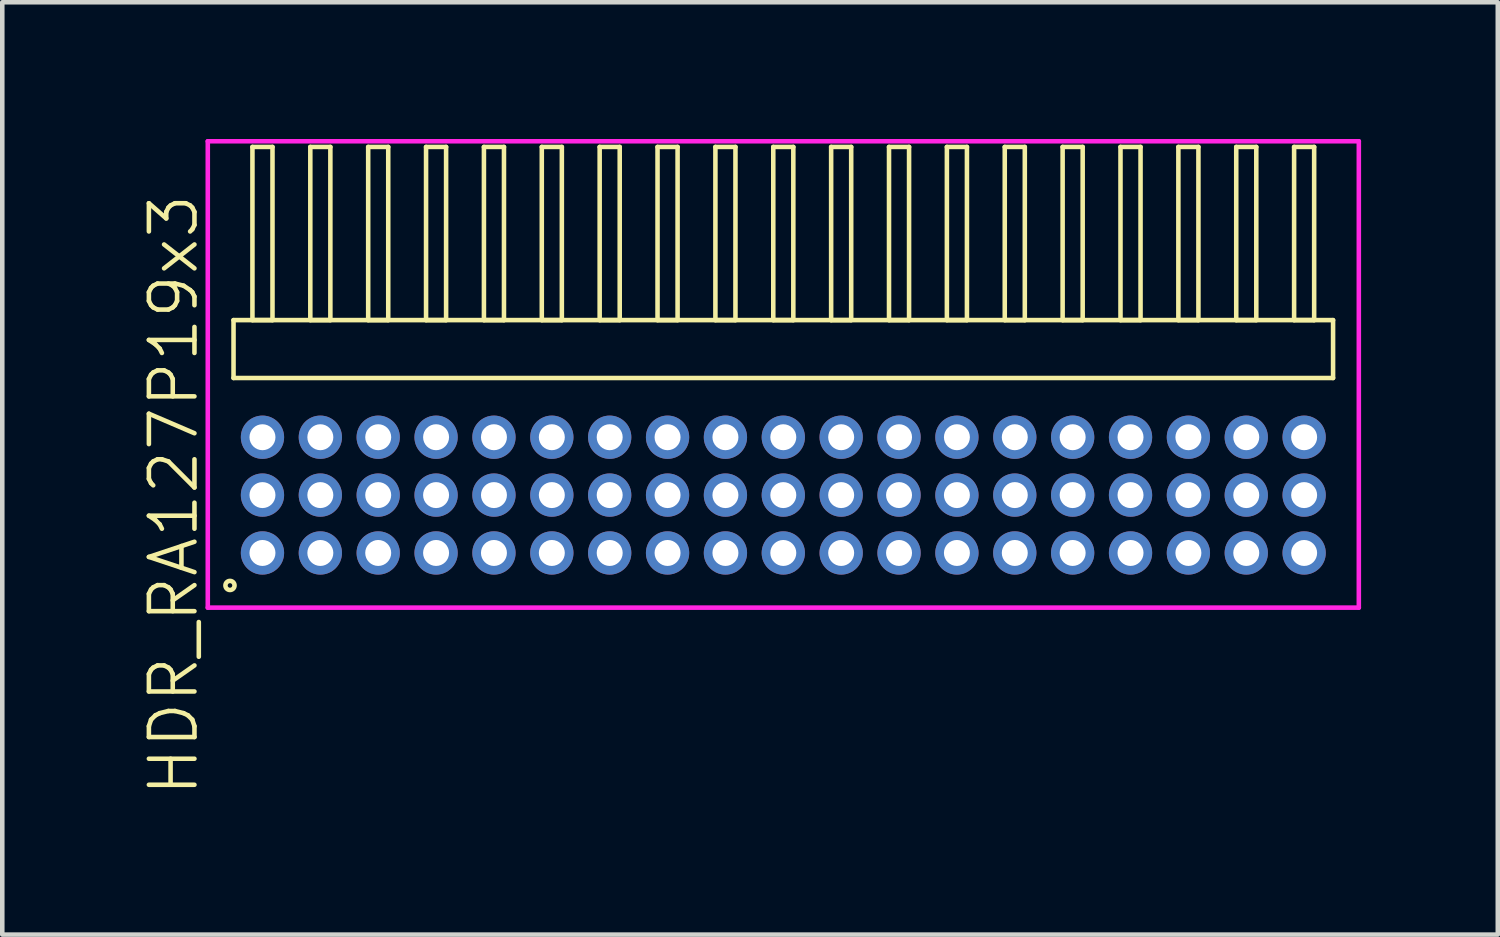
<source format=kicad_pcb>
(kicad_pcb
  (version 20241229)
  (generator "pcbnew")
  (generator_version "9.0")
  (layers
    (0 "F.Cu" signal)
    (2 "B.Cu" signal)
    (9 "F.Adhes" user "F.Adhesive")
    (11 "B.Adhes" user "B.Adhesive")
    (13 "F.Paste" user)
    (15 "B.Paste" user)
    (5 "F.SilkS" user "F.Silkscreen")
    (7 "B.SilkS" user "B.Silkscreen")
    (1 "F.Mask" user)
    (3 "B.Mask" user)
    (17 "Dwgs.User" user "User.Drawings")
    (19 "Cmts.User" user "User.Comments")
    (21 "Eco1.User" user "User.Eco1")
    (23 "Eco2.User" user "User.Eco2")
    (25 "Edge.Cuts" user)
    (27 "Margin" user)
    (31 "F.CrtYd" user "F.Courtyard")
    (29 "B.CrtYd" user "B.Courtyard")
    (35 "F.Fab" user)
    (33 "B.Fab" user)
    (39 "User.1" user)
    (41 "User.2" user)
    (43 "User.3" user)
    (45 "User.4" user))
  (footprint "HDR_RA127P19x3"
    (layer "F.Cu")
    (at 14.14 7.815)
    (property "Reference" "HDR_RA127P19x3" (at -13.38 0 90) (layer "F.SilkS") (effects (font (size 1 1) (thickness 0.1))))
    (attr through_hole)
    (fp_line (start -12.065 -3.84) (end -12.065 -2.57) (stroke (width 0.1) (type solid)) (layer "F.SilkS"))
    (fp_line (start -12.065 -2.57) (end 12.065 -2.57) (stroke (width 0.1) (type solid)) (layer "F.SilkS"))
    (fp_line (start -11.65 -7.64) (end -11.65 -3.84) (stroke (width 0.1) (type solid)) (layer "F.SilkS"))
    (fp_line (start -11.65 -3.84) (end -11.21 -3.84) (stroke (width 0.1) (type solid)) (layer "F.SilkS"))
    (fp_line (start -11.21 -7.64) (end -11.65 -7.64) (stroke (width 0.1) (type solid)) (layer "F.SilkS"))
    (fp_line (start -11.21 -3.84) (end -11.21 -7.64) (stroke (width 0.1) (type solid)) (layer "F.SilkS"))
    (fp_line (start -10.38 -7.64) (end -10.38 -3.84) (stroke (width 0.1) (type solid)) (layer "F.SilkS"))
    (fp_line (start -10.38 -3.84) (end -9.94 -3.84) (stroke (width 0.1) (type solid)) (layer "F.SilkS"))
    (fp_line (start -9.94 -7.64) (end -10.38 -7.64) (stroke (width 0.1) (type solid)) (layer "F.SilkS"))
    (fp_line (start -9.94 -3.84) (end -9.94 -7.64) (stroke (width 0.1) (type solid)) (layer "F.SilkS"))
    (fp_line (start -9.11 -7.64) (end -9.11 -3.84) (stroke (width 0.1) (type solid)) (layer "F.SilkS"))
    (fp_line (start -9.11 -3.84) (end -8.67 -3.84) (stroke (width 0.1) (type solid)) (layer "F.SilkS"))
    (fp_line (start -8.67 -7.64) (end -9.11 -7.64) (stroke (width 0.1) (type solid)) (layer "F.SilkS"))
    (fp_line (start -8.67 -3.84) (end -8.67 -7.64) (stroke (width 0.1) (type solid)) (layer "F.SilkS"))
    (fp_line (start -7.84 -7.64) (end -7.84 -3.84) (stroke (width 0.1) (type solid)) (layer "F.SilkS"))
    (fp_line (start -7.84 -3.84) (end -7.4 -3.84) (stroke (width 0.1) (type solid)) (layer "F.SilkS"))
    (fp_line (start -7.4 -7.64) (end -7.84 -7.64) (stroke (width 0.1) (type solid)) (layer "F.SilkS"))
    (fp_line (start -7.4 -3.84) (end -7.4 -7.64) (stroke (width 0.1) (type solid)) (layer "F.SilkS"))
    (fp_line (start -6.57 -7.64) (end -6.57 -3.84) (stroke (width 0.1) (type solid)) (layer "F.SilkS"))
    (fp_line (start -6.57 -3.84) (end -6.13 -3.84) (stroke (width 0.1) (type solid)) (layer "F.SilkS"))
    (fp_line (start -6.13 -7.64) (end -6.57 -7.64) (stroke (width 0.1) (type solid)) (layer "F.SilkS"))
    (fp_line (start -6.13 -3.84) (end -6.13 -7.64) (stroke (width 0.1) (type solid)) (layer "F.SilkS"))
    (fp_line (start -5.3 -7.64) (end -5.3 -3.84) (stroke (width 0.1) (type solid)) (layer "F.SilkS"))
    (fp_line (start -5.3 -3.84) (end -4.86 -3.84) (stroke (width 0.1) (type solid)) (layer "F.SilkS"))
    (fp_line (start -4.86 -7.64) (end -5.3 -7.64) (stroke (width 0.1) (type solid)) (layer "F.SilkS"))
    (fp_line (start -4.86 -3.84) (end -4.86 -7.64) (stroke (width 0.1) (type solid)) (layer "F.SilkS"))
    (fp_line (start -4.03 -7.64) (end -4.03 -3.84) (stroke (width 0.1) (type solid)) (layer "F.SilkS"))
    (fp_line (start -4.03 -3.84) (end -3.59 -3.84) (stroke (width 0.1) (type solid)) (layer "F.SilkS"))
    (fp_line (start -3.59 -7.64) (end -4.03 -7.64) (stroke (width 0.1) (type solid)) (layer "F.SilkS"))
    (fp_line (start -3.59 -3.84) (end -3.59 -7.64) (stroke (width 0.1) (type solid)) (layer "F.SilkS"))
    (fp_line (start -2.76 -7.64) (end -2.76 -3.84) (stroke (width 0.1) (type solid)) (layer "F.SilkS"))
    (fp_line (start -2.76 -3.84) (end -2.32 -3.84) (stroke (width 0.1) (type solid)) (layer "F.SilkS"))
    (fp_line (start -2.32 -7.64) (end -2.76 -7.64) (stroke (width 0.1) (type solid)) (layer "F.SilkS"))
    (fp_line (start -2.32 -3.84) (end -2.32 -7.64) (stroke (width 0.1) (type solid)) (layer "F.SilkS"))
    (fp_line (start -1.49 -7.64) (end -1.49 -3.84) (stroke (width 0.1) (type solid)) (layer "F.SilkS"))
    (fp_line (start -1.49 -3.84) (end -1.05 -3.84) (stroke (width 0.1) (type solid)) (layer "F.SilkS"))
    (fp_line (start -1.05 -7.64) (end -1.49 -7.64) (stroke (width 0.1) (type solid)) (layer "F.SilkS"))
    (fp_line (start -1.05 -3.84) (end -1.05 -7.64) (stroke (width 0.1) (type solid)) (layer "F.SilkS"))
    (fp_line (start -0.22 -7.64) (end -0.22 -3.84) (stroke (width 0.1) (type solid)) (layer "F.SilkS"))
    (fp_line (start -0.22 -3.84) (end 0.22 -3.84) (stroke (width 0.1) (type solid)) (layer "F.SilkS"))
    (fp_line (start 0.22 -7.64) (end -0.22 -7.64) (stroke (width 0.1) (type solid)) (layer "F.SilkS"))
    (fp_line (start 0.22 -3.84) (end 0.22 -7.64) (stroke (width 0.1) (type solid)) (layer "F.SilkS"))
    (fp_line (start 1.05 -7.64) (end 1.05 -3.84) (stroke (width 0.1) (type solid)) (layer "F.SilkS"))
    (fp_line (start 1.05 -3.84) (end 1.49 -3.84) (stroke (width 0.1) (type solid)) (layer "F.SilkS"))
    (fp_line (start 1.49 -7.64) (end 1.05 -7.64) (stroke (width 0.1) (type solid)) (layer "F.SilkS"))
    (fp_line (start 1.49 -3.84) (end 1.49 -7.64) (stroke (width 0.1) (type solid)) (layer "F.SilkS"))
    (fp_line (start 2.32 -7.64) (end 2.32 -3.84) (stroke (width 0.1) (type solid)) (layer "F.SilkS"))
    (fp_line (start 2.32 -3.84) (end 2.76 -3.84) (stroke (width 0.1) (type solid)) (layer "F.SilkS"))
    (fp_line (start 2.76 -7.64) (end 2.32 -7.64) (stroke (width 0.1) (type solid)) (layer "F.SilkS"))
    (fp_line (start 2.76 -3.84) (end 2.76 -7.64) (stroke (width 0.1) (type solid)) (layer "F.SilkS"))
    (fp_line (start 3.59 -7.64) (end 3.59 -3.84) (stroke (width 0.1) (type solid)) (layer "F.SilkS"))
    (fp_line (start 3.59 -3.84) (end 4.03 -3.84) (stroke (width 0.1) (type solid)) (layer "F.SilkS"))
    (fp_line (start 4.03 -7.64) (end 3.59 -7.64) (stroke (width 0.1) (type solid)) (layer "F.SilkS"))
    (fp_line (start 4.03 -3.84) (end 4.03 -7.64) (stroke (width 0.1) (type solid)) (layer "F.SilkS"))
    (fp_line (start 4.86 -7.64) (end 4.86 -3.84) (stroke (width 0.1) (type solid)) (layer "F.SilkS"))
    (fp_line (start 4.86 -3.84) (end 5.3 -3.84) (stroke (width 0.1) (type solid)) (layer "F.SilkS"))
    (fp_line (start 5.3 -7.64) (end 4.86 -7.64) (stroke (width 0.1) (type solid)) (layer "F.SilkS"))
    (fp_line (start 5.3 -3.84) (end 5.3 -7.64) (stroke (width 0.1) (type solid)) (layer "F.SilkS"))
    (fp_line (start 6.13 -7.64) (end 6.13 -3.84) (stroke (width 0.1) (type solid)) (layer "F.SilkS"))
    (fp_line (start 6.13 -3.84) (end 6.57 -3.84) (stroke (width 0.1) (type solid)) (layer "F.SilkS"))
    (fp_line (start 6.57 -7.64) (end 6.13 -7.64) (stroke (width 0.1) (type solid)) (layer "F.SilkS"))
    (fp_line (start 6.57 -3.84) (end 6.57 -7.64) (stroke (width 0.1) (type solid)) (layer "F.SilkS"))
    (fp_line (start 7.4 -7.64) (end 7.4 -3.84) (stroke (width 0.1) (type solid)) (layer "F.SilkS"))
    (fp_line (start 7.4 -3.84) (end 7.84 -3.84) (stroke (width 0.1) (type solid)) (layer "F.SilkS"))
    (fp_line (start 7.84 -7.64) (end 7.4 -7.64) (stroke (width 0.1) (type solid)) (layer "F.SilkS"))
    (fp_line (start 7.84 -3.84) (end 7.84 -7.64) (stroke (width 0.1) (type solid)) (layer "F.SilkS"))
    (fp_line (start 8.67 -7.64) (end 8.67 -3.84) (stroke (width 0.1) (type solid)) (layer "F.SilkS"))
    (fp_line (start 8.67 -3.84) (end 9.11 -3.84) (stroke (width 0.1) (type solid)) (layer "F.SilkS"))
    (fp_line (start 9.11 -7.64) (end 8.67 -7.64) (stroke (width 0.1) (type solid)) (layer "F.SilkS"))
    (fp_line (start 9.11 -3.84) (end 9.11 -7.64) (stroke (width 0.1) (type solid)) (layer "F.SilkS"))
    (fp_line (start 9.94 -7.64) (end 9.94 -3.84) (stroke (width 0.1) (type solid)) (layer "F.SilkS"))
    (fp_line (start 9.94 -3.84) (end 10.38 -3.84) (stroke (width 0.1) (type solid)) (layer "F.SilkS"))
    (fp_line (start 10.38 -7.64) (end 9.94 -7.64) (stroke (width 0.1) (type solid)) (layer "F.SilkS"))
    (fp_line (start 10.38 -3.84) (end 10.38 -7.64) (stroke (width 0.1) (type solid)) (layer "F.SilkS"))
    (fp_line (start 11.21 -7.64) (end 11.21 -3.84) (stroke (width 0.1) (type solid)) (layer "F.SilkS"))
    (fp_line (start 11.21 -3.84) (end 11.65 -3.84) (stroke (width 0.1) (type solid)) (layer "F.SilkS"))
    (fp_line (start 11.65 -7.64) (end 11.21 -7.64) (stroke (width 0.1) (type solid)) (layer "F.SilkS"))
    (fp_line (start 11.65 -3.84) (end 11.65 -7.64) (stroke (width 0.1) (type solid)) (layer "F.SilkS"))
    (fp_line (start 12.065 -3.84) (end -12.065 -3.84) (stroke (width 0.1) (type solid)) (layer "F.SilkS"))
    (fp_line (start 12.065 -2.57) (end 12.065 -3.84) (stroke (width 0.1) (type solid)) (layer "F.SilkS"))
    (fp_circle (center -12.143 1.983) (end -12.043 1.983) (stroke (width 0.1) (type solid)) (fill no) (layer "F.SilkS"))
    (fp_line (start -12.63 -7.765) (end -12.63 2.47) (stroke (width 0.1) (type solid)) (layer "F.CrtYd"))
    (fp_line (start -12.63 2.47) (end 12.63 2.47) (stroke (width 0.1) (type solid)) (layer "F.CrtYd"))
    (fp_line (start 12.63 -7.765) (end -12.63 -7.765) (stroke (width 0.1) (type solid)) (layer "F.CrtYd"))
    (fp_line (start 12.63 2.47) (end 12.63 -7.765) (stroke (width 0.1) (type solid)) (layer "F.CrtYd"))
    (pad "1" thru_hole oval (at -11.43 1.27) (size 0.95 0.95) (drill 0.57) (layers "*.Cu" "*.Mask"))
    (pad "2" thru_hole oval (at -11.43 0) (size 0.95 0.95) (drill 0.57) (layers "*.Cu" "*.Mask"))
    (pad "3" thru_hole oval (at -11.43 -1.27) (size 0.95 0.95) (drill 0.57) (layers "*.Cu" "*.Mask"))
    (pad "4" thru_hole oval (at -10.16 1.27) (size 0.95 0.95) (drill 0.57) (layers "*.Cu" "*.Mask"))
    (pad "5" thru_hole oval (at -10.16 0) (size 0.95 0.95) (drill 0.57) (layers "*.Cu" "*.Mask"))
    (pad "6" thru_hole oval (at -10.16 -1.27) (size 0.95 0.95) (drill 0.57) (layers "*.Cu" "*.Mask"))
    (pad "7" thru_hole oval (at -8.89 1.27) (size 0.95 0.95) (drill 0.57) (layers "*.Cu" "*.Mask"))
    (pad "8" thru_hole oval (at -8.89 0) (size 0.95 0.95) (drill 0.57) (layers "*.Cu" "*.Mask"))
    (pad "9" thru_hole oval (at -8.89 -1.27) (size 0.95 0.95) (drill 0.57) (layers "*.Cu" "*.Mask"))
    (pad "10" thru_hole oval (at -7.62 1.27) (size 0.95 0.95) (drill 0.57) (layers "*.Cu" "*.Mask"))
    (pad "11" thru_hole oval (at -7.62 0) (size 0.95 0.95) (drill 0.57) (layers "*.Cu" "*.Mask"))
    (pad "12" thru_hole oval (at -7.62 -1.27) (size 0.95 0.95) (drill 0.57) (layers "*.Cu" "*.Mask"))
    (pad "13" thru_hole oval (at -6.35 1.27) (size 0.95 0.95) (drill 0.57) (layers "*.Cu" "*.Mask"))
    (pad "14" thru_hole oval (at -6.35 0) (size 0.95 0.95) (drill 0.57) (layers "*.Cu" "*.Mask"))
    (pad "15" thru_hole oval (at -6.35 -1.27) (size 0.95 0.95) (drill 0.57) (layers "*.Cu" "*.Mask"))
    (pad "16" thru_hole oval (at -5.08 1.27) (size 0.95 0.95) (drill 0.57) (layers "*.Cu" "*.Mask"))
    (pad "17" thru_hole oval (at -5.08 0) (size 0.95 0.95) (drill 0.57) (layers "*.Cu" "*.Mask"))
    (pad "18" thru_hole oval (at -5.08 -1.27) (size 0.95 0.95) (drill 0.57) (layers "*.Cu" "*.Mask"))
    (pad "19" thru_hole oval (at -3.81 1.27) (size 0.95 0.95) (drill 0.57) (layers "*.Cu" "*.Mask"))
    (pad "20" thru_hole oval (at -3.81 0) (size 0.95 0.95) (drill 0.57) (layers "*.Cu" "*.Mask"))
    (pad "21" thru_hole oval (at -3.81 -1.27) (size 0.95 0.95) (drill 0.57) (layers "*.Cu" "*.Mask"))
    (pad "22" thru_hole oval (at -2.54 1.27) (size 0.95 0.95) (drill 0.57) (layers "*.Cu" "*.Mask"))
    (pad "23" thru_hole oval (at -2.54 0) (size 0.95 0.95) (drill 0.57) (layers "*.Cu" "*.Mask"))
    (pad "24" thru_hole oval (at -2.54 -1.27) (size 0.95 0.95) (drill 0.57) (layers "*.Cu" "*.Mask"))
    (pad "25" thru_hole oval (at -1.27 1.27) (size 0.95 0.95) (drill 0.57) (layers "*.Cu" "*.Mask"))
    (pad "26" thru_hole oval (at -1.27 0) (size 0.95 0.95) (drill 0.57) (layers "*.Cu" "*.Mask"))
    (pad "27" thru_hole oval (at -1.27 -1.27) (size 0.95 0.95) (drill 0.57) (layers "*.Cu" "*.Mask"))
    (pad "28" thru_hole oval (at 0 1.27) (size 0.95 0.95) (drill 0.57) (layers "*.Cu" "*.Mask"))
    (pad "29" thru_hole oval (at 0 0) (size 0.95 0.95) (drill 0.57) (layers "*.Cu" "*.Mask"))
    (pad "30" thru_hole oval (at 0 -1.27) (size 0.95 0.95) (drill 0.57) (layers "*.Cu" "*.Mask"))
    (pad "31" thru_hole oval (at 1.27 1.27) (size 0.95 0.95) (drill 0.57) (layers "*.Cu" "*.Mask"))
    (pad "32" thru_hole oval (at 1.27 0) (size 0.95 0.95) (drill 0.57) (layers "*.Cu" "*.Mask"))
    (pad "33" thru_hole oval (at 1.27 -1.27) (size 0.95 0.95) (drill 0.57) (layers "*.Cu" "*.Mask"))
    (pad "34" thru_hole oval (at 2.54 1.27) (size 0.95 0.95) (drill 0.57) (layers "*.Cu" "*.Mask"))
    (pad "35" thru_hole oval (at 2.54 0) (size 0.95 0.95) (drill 0.57) (layers "*.Cu" "*.Mask"))
    (pad "36" thru_hole oval (at 2.54 -1.27) (size 0.95 0.95) (drill 0.57) (layers "*.Cu" "*.Mask"))
    (pad "37" thru_hole oval (at 3.81 1.27) (size 0.95 0.95) (drill 0.57) (layers "*.Cu" "*.Mask"))
    (pad "38" thru_hole oval (at 3.81 0) (size 0.95 0.95) (drill 0.57) (layers "*.Cu" "*.Mask"))
    (pad "39" thru_hole oval (at 3.81 -1.27) (size 0.95 0.95) (drill 0.57) (layers "*.Cu" "*.Mask"))
    (pad "40" thru_hole oval (at 5.08 1.27) (size 0.95 0.95) (drill 0.57) (layers "*.Cu" "*.Mask"))
    (pad "41" thru_hole oval (at 5.08 0) (size 0.95 0.95) (drill 0.57) (layers "*.Cu" "*.Mask"))
    (pad "42" thru_hole oval (at 5.08 -1.27) (size 0.95 0.95) (drill 0.57) (layers "*.Cu" "*.Mask"))
    (pad "43" thru_hole oval (at 6.35 1.27) (size 0.95 0.95) (drill 0.57) (layers "*.Cu" "*.Mask"))
    (pad "44" thru_hole oval (at 6.35 0) (size 0.95 0.95) (drill 0.57) (layers "*.Cu" "*.Mask"))
    (pad "45" thru_hole oval (at 6.35 -1.27) (size 0.95 0.95) (drill 0.57) (layers "*.Cu" "*.Mask"))
    (pad "46" thru_hole oval (at 7.62 1.27) (size 0.95 0.95) (drill 0.57) (layers "*.Cu" "*.Mask"))
    (pad "47" thru_hole oval (at 7.62 0) (size 0.95 0.95) (drill 0.57) (layers "*.Cu" "*.Mask"))
    (pad "48" thru_hole oval (at 7.62 -1.27) (size 0.95 0.95) (drill 0.57) (layers "*.Cu" "*.Mask"))
    (pad "49" thru_hole oval (at 8.89 1.27) (size 0.95 0.95) (drill 0.57) (layers "*.Cu" "*.Mask"))
    (pad "50" thru_hole oval (at 8.89 0) (size 0.95 0.95) (drill 0.57) (layers "*.Cu" "*.Mask"))
    (pad "51" thru_hole oval (at 8.89 -1.27) (size 0.95 0.95) (drill 0.57) (layers "*.Cu" "*.Mask"))
    (pad "52" thru_hole oval (at 10.16 1.27) (size 0.95 0.95) (drill 0.57) (layers "*.Cu" "*.Mask"))
    (pad "53" thru_hole oval (at 10.16 0) (size 0.95 0.95) (drill 0.57) (layers "*.Cu" "*.Mask"))
    (pad "54" thru_hole oval (at 10.16 -1.27) (size 0.95 0.95) (drill 0.57) (layers "*.Cu" "*.Mask"))
    (pad "55" thru_hole oval (at 11.43 1.27) (size 0.95 0.95) (drill 0.57) (layers "*.Cu" "*.Mask"))
    (pad "56" thru_hole oval (at 11.43 0) (size 0.95 0.95) (drill 0.57) (layers "*.Cu" "*.Mask"))
    (pad "57" thru_hole oval (at 11.43 -1.27) (size 0.95 0.95) (drill 0.57) (layers "*.Cu" "*.Mask")))
  (gr_rect
    (start -3 -3)
    (end 29.82 17.46)
    (stroke (width 0.1) (type default))
    (fill no)
    (layer "Edge.Cuts")))
</source>
